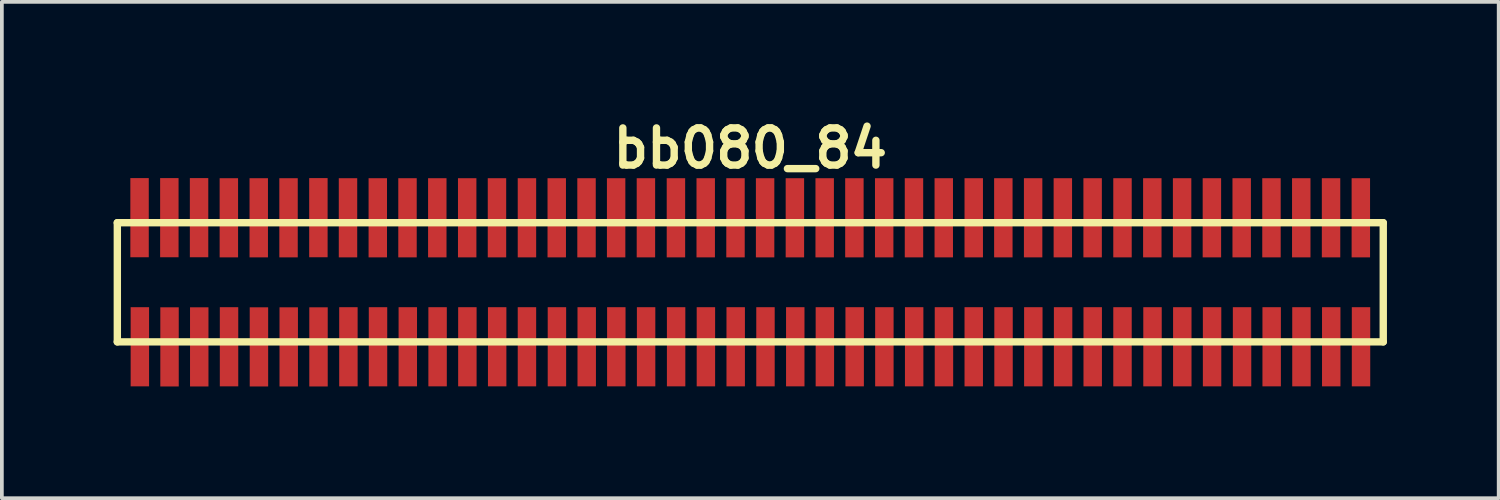
<source format=kicad_pcb>
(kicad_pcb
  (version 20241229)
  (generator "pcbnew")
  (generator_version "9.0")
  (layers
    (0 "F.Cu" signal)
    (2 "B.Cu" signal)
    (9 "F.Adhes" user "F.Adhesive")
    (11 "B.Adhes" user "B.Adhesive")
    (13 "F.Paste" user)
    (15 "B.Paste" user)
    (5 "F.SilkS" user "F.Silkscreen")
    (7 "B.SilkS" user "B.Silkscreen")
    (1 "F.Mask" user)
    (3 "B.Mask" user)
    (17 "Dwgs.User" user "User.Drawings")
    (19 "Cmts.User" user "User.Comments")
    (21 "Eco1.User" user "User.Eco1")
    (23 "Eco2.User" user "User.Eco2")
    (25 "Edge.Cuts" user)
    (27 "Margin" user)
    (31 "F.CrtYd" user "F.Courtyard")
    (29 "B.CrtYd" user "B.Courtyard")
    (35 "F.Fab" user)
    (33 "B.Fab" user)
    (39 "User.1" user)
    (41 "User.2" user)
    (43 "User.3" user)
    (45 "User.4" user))
  (footprint "bb080_84"
    (layer "F.Cu")
    (at 17.099 4.531)
    (property "Reference" "bb080_84" (at 0 -3.599 0) (layer "F.SilkS") (effects (font (size 0.998 0.998) (thickness 0.198))))
    (attr smd)
    (fp_line (start -17 -1.6) (end 17 -1.6) (stroke (width 0.198) (type solid)) (layer "F.SilkS"))
    (fp_line (start -16.998 -1.6) (end -16.998 1.6) (stroke (width 0.198) (type solid)) (layer "F.SilkS"))
    (fp_line (start 17 1.6) (end -17 1.6) (stroke (width 0.198) (type solid)) (layer "F.SilkS"))
    (fp_line (start 17 1.6) (end 17 -1.6) (stroke (width 0.198) (type solid)) (layer "F.SilkS"))
    (pad "1" smd rect (at -16.393 1.732) (size 0.495 2.126) (layers "F.Cu" "F.Mask" "F.Paste"))
    (pad "2" smd rect (at -16.401 -1.735) (size 0.495 2.126) (layers "F.Cu" "F.Mask" "F.Paste"))
    (pad "3" smd rect (at -15.596 1.735) (size 0.495 2.126) (layers "F.Cu" "F.Mask" "F.Paste"))
    (pad "4" smd rect (at -15.601 -1.735) (size 0.495 2.126) (layers "F.Cu" "F.Mask" "F.Paste"))
    (pad "5" smd rect (at -14.798 1.735) (size 0.495 2.126) (layers "F.Cu" "F.Mask" "F.Paste"))
    (pad "6" smd rect (at -14.803 -1.735) (size 0.495 2.126) (layers "F.Cu" "F.Mask" "F.Paste"))
    (pad "7" smd rect (at -13.998 1.732) (size 0.495 2.126) (layers "F.Cu" "F.Mask" "F.Paste"))
    (pad "8" smd rect (at -14.003 -1.732) (size 0.495 2.126) (layers "F.Cu" "F.Mask" "F.Paste"))
    (pad "9" smd rect (at -13.195 1.735) (size 0.495 2.126) (layers "F.Cu" "F.Mask" "F.Paste"))
    (pad "10" smd rect (at -13.2 -1.732) (size 0.495 2.126) (layers "F.Cu" "F.Mask" "F.Paste"))
    (pad "11" smd rect (at -12.395 1.735) (size 0.495 2.126) (layers "F.Cu" "F.Mask" "F.Paste"))
    (pad "12" smd rect (at -12.4 -1.732) (size 0.495 2.126) (layers "F.Cu" "F.Mask" "F.Paste"))
    (pad "13" smd rect (at -11.595 1.735) (size 0.495 2.126) (layers "F.Cu" "F.Mask" "F.Paste"))
    (pad "14" smd rect (at -11.598 -1.735) (size 0.495 2.126) (layers "F.Cu" "F.Mask" "F.Paste"))
    (pad "15" smd rect (at -10.792 1.732) (size 0.495 2.126) (layers "F.Cu" "F.Mask" "F.Paste"))
    (pad "16" smd rect (at -10.803 -1.732) (size 0.495 2.126) (layers "F.Cu" "F.Mask" "F.Paste"))
    (pad "17" smd rect (at -9.997 1.732) (size 0.495 2.126) (layers "F.Cu" "F.Mask" "F.Paste"))
    (pad "18" smd rect (at -10.003 -1.732) (size 0.495 2.126) (layers "F.Cu" "F.Mask" "F.Paste"))
    (pad "19" smd rect (at -9.197 1.732) (size 0.495 2.126) (layers "F.Cu" "F.Mask" "F.Paste"))
    (pad "20" smd rect (at -9.205 -1.732) (size 0.495 2.126) (layers "F.Cu" "F.Mask" "F.Paste"))
    (pad "21" smd rect (at -8.397 1.732) (size 0.495 2.126) (layers "F.Cu" "F.Mask" "F.Paste"))
    (pad "22" smd rect (at -8.405 -1.732) (size 0.495 2.126) (layers "F.Cu" "F.Mask" "F.Paste"))
    (pad "23" smd rect (at -7.597 1.732) (size 0.495 2.126) (layers "F.Cu" "F.Mask" "F.Paste"))
    (pad "24" smd rect (at -7.602 -1.732) (size 0.495 2.126) (layers "F.Cu" "F.Mask" "F.Paste"))
    (pad "25" smd rect (at -6.797 1.732) (size 0.495 2.126) (layers "F.Cu" "F.Mask" "F.Paste"))
    (pad "26" smd rect (at -6.802 -1.732) (size 0.495 2.126) (layers "F.Cu" "F.Mask" "F.Paste"))
    (pad "27" smd rect (at -5.997 1.732) (size 0.495 2.126) (layers "F.Cu" "F.Mask" "F.Paste"))
    (pad "28" smd rect (at -5.997 -1.732) (size 0.495 2.126) (layers "F.Cu" "F.Mask" "F.Paste"))
    (pad "29" smd rect (at -5.192 1.732) (size 0.495 2.126) (layers "F.Cu" "F.Mask" "F.Paste"))
    (pad "30" smd rect (at -5.197 -1.732) (size 0.495 2.126) (layers "F.Cu" "F.Mask" "F.Paste"))
    (pad "31" smd rect (at -4.392 1.732) (size 0.495 2.126) (layers "F.Cu" "F.Mask" "F.Paste"))
    (pad "32" smd rect (at -4.397 -1.732) (size 0.495 2.126) (layers "F.Cu" "F.Mask" "F.Paste"))
    (pad "33" smd rect (at -3.597 1.732) (size 0.495 2.126) (layers "F.Cu" "F.Mask" "F.Paste"))
    (pad "34" smd rect (at -3.602 -1.732) (size 0.495 2.126) (layers "F.Cu" "F.Mask" "F.Paste"))
    (pad "35" smd rect (at -2.797 1.732) (size 0.495 2.126) (layers "F.Cu" "F.Mask" "F.Paste"))
    (pad "36" smd rect (at -2.802 -1.732) (size 0.495 2.126) (layers "F.Cu" "F.Mask" "F.Paste"))
    (pad "37" smd rect (at -1.991 1.732) (size 0.495 2.126) (layers "F.Cu" "F.Mask" "F.Paste"))
    (pad "38" smd rect (at -1.996 -1.732) (size 0.495 2.126) (layers "F.Cu" "F.Mask" "F.Paste"))
    (pad "39" smd rect (at -1.191 1.732) (size 0.495 2.126) (layers "F.Cu" "F.Mask" "F.Paste"))
    (pad "40" smd rect (at -1.196 -1.732) (size 0.495 2.126) (layers "F.Cu" "F.Mask" "F.Paste"))
    (pad "41" smd rect (at -0.391 1.732) (size 0.495 2.126) (layers "F.Cu" "F.Mask" "F.Paste"))
    (pad "42" smd rect (at -0.396 -1.732) (size 0.495 2.126) (layers "F.Cu" "F.Mask" "F.Paste"))
    (pad "43" smd rect (at 0.409 1.732) (size 0.495 2.126) (layers "F.Cu" "F.Mask" "F.Paste"))
    (pad "44" smd rect (at 0.399 -1.732) (size 0.495 2.126) (layers "F.Cu" "F.Mask" "F.Paste"))
    (pad "45" smd rect (at 1.209 1.732) (size 0.495 2.126) (layers "F.Cu" "F.Mask" "F.Paste"))
    (pad "46" smd rect (at 1.199 -1.732) (size 0.495 2.126) (layers "F.Cu" "F.Mask" "F.Paste"))
    (pad "47" smd rect (at 2.004 1.732) (size 0.495 2.126) (layers "F.Cu" "F.Mask" "F.Paste"))
    (pad "48" smd rect (at 1.999 -1.732) (size 0.495 2.126) (layers "F.Cu" "F.Mask" "F.Paste"))
    (pad "49" smd rect (at 2.804 1.732) (size 0.495 2.126) (layers "F.Cu" "F.Mask" "F.Paste"))
    (pad "50" smd rect (at 2.797 -1.732) (size 0.495 2.126) (layers "F.Cu" "F.Mask" "F.Paste"))
    (pad "51" smd rect (at 3.602 1.732) (size 0.495 2.126) (layers "F.Cu" "F.Mask" "F.Paste"))
    (pad "52" smd rect (at 3.597 -1.732) (size 0.495 2.126) (layers "F.Cu" "F.Mask" "F.Paste"))
    (pad "53" smd rect (at 4.402 1.732) (size 0.495 2.126) (layers "F.Cu" "F.Mask" "F.Paste"))
    (pad "54" smd rect (at 4.397 -1.732) (size 0.495 2.126) (layers "F.Cu" "F.Mask" "F.Paste"))
    (pad "55" smd rect (at 5.202 1.732) (size 0.495 2.126) (layers "F.Cu" "F.Mask" "F.Paste"))
    (pad "56" smd rect (at 5.197 -1.732) (size 0.495 2.126) (layers "F.Cu" "F.Mask" "F.Paste"))
    (pad "57" smd rect (at 6.002 1.732) (size 0.495 2.126) (layers "F.Cu" "F.Mask" "F.Paste"))
    (pad "58" smd rect (at 6.002 -1.732) (size 0.495 2.126) (layers "F.Cu" "F.Mask" "F.Paste"))
    (pad "59" smd rect (at 6.802 1.732) (size 0.495 2.126) (layers "F.Cu" "F.Mask" "F.Paste"))
    (pad "60" smd rect (at 6.797 -1.732) (size 0.495 2.126) (layers "F.Cu" "F.Mask" "F.Paste"))
    (pad "61" smd rect (at 7.602 1.732) (size 0.495 2.126) (layers "F.Cu" "F.Mask" "F.Paste"))
    (pad "62" smd rect (at 7.597 -1.732) (size 0.495 2.126) (layers "F.Cu" "F.Mask" "F.Paste"))
    (pad "63" smd rect (at 8.402 1.732) (size 0.495 2.126) (layers "F.Cu" "F.Mask" "F.Paste"))
    (pad "64" smd rect (at 8.395 -1.732) (size 0.495 2.126) (layers "F.Cu" "F.Mask" "F.Paste"))
    (pad "65" smd rect (at 9.197 1.732) (size 0.495 2.126) (layers "F.Cu" "F.Mask" "F.Paste"))
    (pad "66" smd rect (at 9.195 -1.732) (size 0.495 2.126) (layers "F.Cu" "F.Mask" "F.Paste"))
    (pad "67" smd rect (at 9.997 1.732) (size 0.495 2.126) (layers "F.Cu" "F.Mask" "F.Paste"))
    (pad "68" smd rect (at 9.997 -1.732) (size 0.495 2.126) (layers "F.Cu" "F.Mask" "F.Paste"))
    (pad "69" smd rect (at 10.803 1.732) (size 0.495 2.126) (layers "F.Cu" "F.Mask" "F.Paste"))
    (pad "70" smd rect (at 10.798 -1.732) (size 0.495 2.126) (layers "F.Cu" "F.Mask" "F.Paste"))
    (pad "71" smd rect (at 11.603 1.732) (size 0.495 2.126) (layers "F.Cu" "F.Mask" "F.Paste"))
    (pad "72" smd rect (at 11.598 -1.732) (size 0.495 2.126) (layers "F.Cu" "F.Mask" "F.Paste"))
    (pad "73" smd rect (at 12.403 1.732) (size 0.495 2.126) (layers "F.Cu" "F.Mask" "F.Paste"))
    (pad "74" smd rect (at 12.398 -1.732) (size 0.495 2.126) (layers "F.Cu" "F.Mask" "F.Paste"))
    (pad "75" smd rect (at 13.208 1.732) (size 0.495 2.126) (layers "F.Cu" "F.Mask" "F.Paste"))
    (pad "76" smd rect (at 13.198 -1.732) (size 0.495 2.126) (layers "F.Cu" "F.Mask" "F.Paste"))
    (pad "77" smd rect (at 14.003 1.732) (size 0.495 2.126) (layers "F.Cu" "F.Mask" "F.Paste"))
    (pad "78" smd rect (at 13.998 -1.732) (size 0.495 2.126) (layers "F.Cu" "F.Mask" "F.Paste"))
    (pad "79" smd rect (at 14.803 1.732) (size 0.495 2.126) (layers "F.Cu" "F.Mask" "F.Paste"))
    (pad "80" smd rect (at 14.798 -1.732) (size 0.495 2.126) (layers "F.Cu" "F.Mask" "F.Paste"))
    (pad "81" smd rect (at 15.603 1.732) (size 0.495 2.126) (layers "F.Cu" "F.Mask" "F.Paste"))
    (pad "82" smd rect (at 15.598 -1.732) (size 0.495 2.126) (layers "F.Cu" "F.Mask" "F.Paste"))
    (pad "83" smd rect (at 16.403 1.732) (size 0.495 2.126) (layers "F.Cu" "F.Mask" "F.Paste"))
    (pad "84" smd rect (at 16.398 -1.732) (size 0.495 2.126) (layers "F.Cu" "F.Mask" "F.Paste")))
  (gr_rect
    (start -3 -3)
    (end 37.199 10.329)
    (stroke (width 0.1) (type default))
    (fill no)
    (layer "Edge.Cuts")))
</source>
